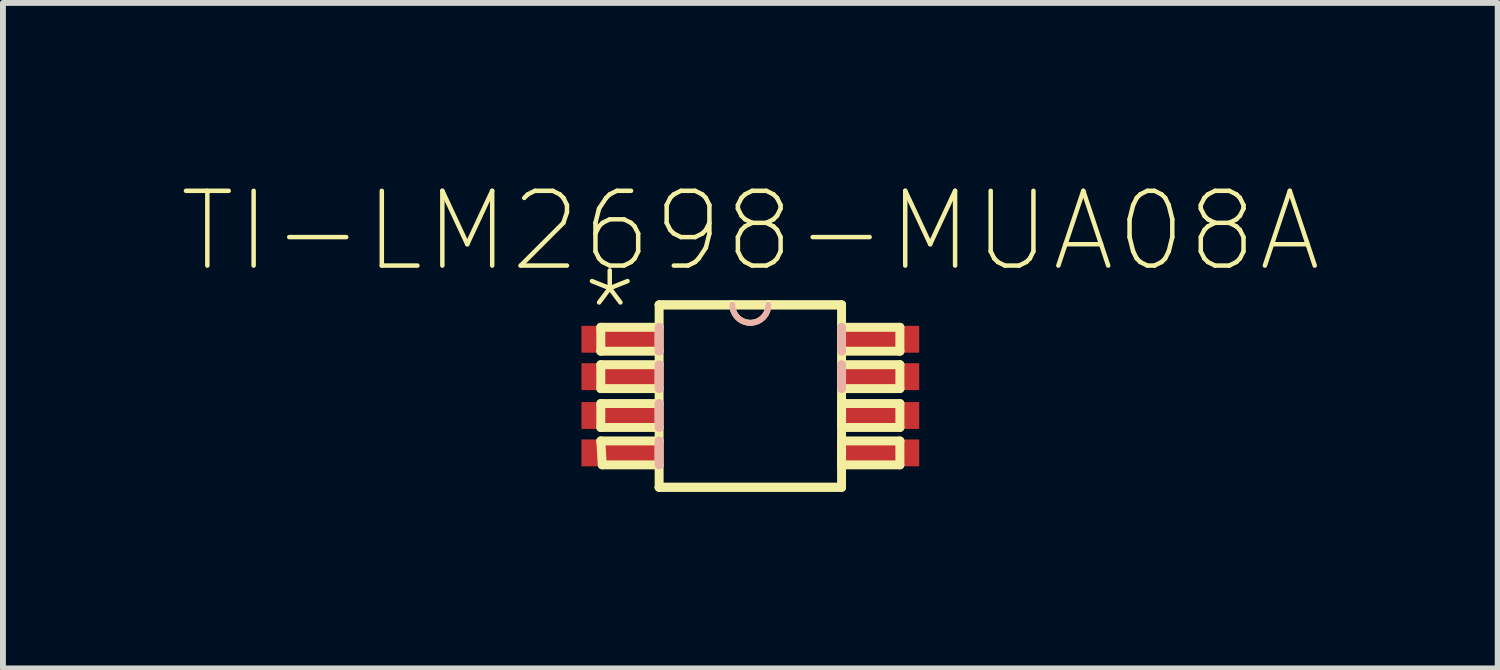
<source format=kicad_pcb>
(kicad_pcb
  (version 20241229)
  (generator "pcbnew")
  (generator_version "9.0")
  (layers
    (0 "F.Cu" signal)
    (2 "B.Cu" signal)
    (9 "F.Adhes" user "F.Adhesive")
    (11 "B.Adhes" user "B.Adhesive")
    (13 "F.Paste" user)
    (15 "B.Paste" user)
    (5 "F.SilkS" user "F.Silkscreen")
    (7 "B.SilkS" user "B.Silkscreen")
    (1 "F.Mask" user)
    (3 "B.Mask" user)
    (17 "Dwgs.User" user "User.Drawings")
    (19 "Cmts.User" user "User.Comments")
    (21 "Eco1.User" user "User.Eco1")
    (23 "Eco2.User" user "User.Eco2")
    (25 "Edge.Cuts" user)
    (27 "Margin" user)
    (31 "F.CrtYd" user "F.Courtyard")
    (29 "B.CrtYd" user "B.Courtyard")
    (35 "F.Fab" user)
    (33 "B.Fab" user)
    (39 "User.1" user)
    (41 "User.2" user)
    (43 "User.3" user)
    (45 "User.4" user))
  (footprint "TI-LM2698-MUA08A"
    (layer "F.Cu")
    (at 9.694 3.677)
    (property "Reference" "TI-LM2698-MUA08A" (at 0 -2.8 0) (layer "F.SilkS") (effects (font (size 1.27 1.27) (thickness 0.076))))
    (attr smd)
    (fp_line (start -2.54 -1.168) (end -2.54 -0.762) (stroke (width 0.152) (type solid)) (layer "F.SilkS"))
    (fp_line (start -2.54 -0.762) (end -1.549 -0.762) (stroke (width 0.152) (type solid)) (layer "F.SilkS"))
    (fp_line (start -2.54 -0.533) (end -2.54 -0.127) (stroke (width 0.152) (type solid)) (layer "F.SilkS"))
    (fp_line (start -2.54 -0.127) (end -1.549 -0.127) (stroke (width 0.152) (type solid)) (layer "F.SilkS"))
    (fp_line (start -2.54 0.127) (end -2.54 0.533) (stroke (width 0.152) (type solid)) (layer "F.SilkS"))
    (fp_line (start -2.54 0.533) (end -1.549 0.533) (stroke (width 0.152) (type solid)) (layer "F.SilkS"))
    (fp_line (start -2.54 0.762) (end -2.515 1.168) (stroke (width 0.152) (type solid)) (layer "F.SilkS"))
    (fp_line (start -2.515 1.168) (end -1.549 1.168) (stroke (width 0.152) (type solid)) (layer "F.SilkS"))
    (fp_line (start -1.549 -1.549) (end -1.549 1.549) (stroke (width 0.152) (type solid)) (layer "F.SilkS"))
    (fp_line (start -1.549 -1.168) (end -2.54 -1.168) (stroke (width 0.152) (type solid)) (layer "F.SilkS"))
    (fp_line (start -1.549 -0.533) (end -2.54 -0.533) (stroke (width 0.152) (type solid)) (layer "F.SilkS"))
    (fp_line (start -1.549 0.127) (end -2.54 0.127) (stroke (width 0.152) (type solid)) (layer "F.SilkS"))
    (fp_line (start -1.549 0.762) (end -2.54 0.762) (stroke (width 0.152) (type solid)) (layer "F.SilkS"))
    (fp_line (start -1.549 1.549) (end 1.549 1.549) (stroke (width 0.152) (type solid)) (layer "F.SilkS"))
    (fp_line (start -1.549 1.549) (end 1.549 1.549) (stroke (width 0.152) (type solid)) (layer "F.SilkS"))
    (fp_line (start -0.305 -1.549) (end -1.549 -1.549) (stroke (width 0.152) (type solid)) (layer "F.SilkS"))
    (fp_line (start -0.305 -1.549) (end -1.549 -1.549) (stroke (width 0.152) (type solid)) (layer "F.SilkS"))
    (fp_line (start 0.305 -1.549) (end -0.305 -1.549) (stroke (width 0.152) (type solid)) (layer "F.SilkS"))
    (fp_line (start 0.305 -1.549) (end -0.305 -1.549) (stroke (width 0.152) (type solid)) (layer "F.SilkS"))
    (fp_line (start 1.549 -1.549) (end 0.305 -1.549) (stroke (width 0.152) (type solid)) (layer "F.SilkS"))
    (fp_line (start 1.549 -1.549) (end 0.305 -1.549) (stroke (width 0.152) (type solid)) (layer "F.SilkS"))
    (fp_line (start 1.549 -0.762) (end 2.54 -0.762) (stroke (width 0.152) (type solid)) (layer "F.SilkS"))
    (fp_line (start 1.549 -0.127) (end 2.54 -0.127) (stroke (width 0.152) (type solid)) (layer "F.SilkS"))
    (fp_line (start 1.549 0.127) (end 1.549 0.533) (stroke (width 0.152) (type solid)) (layer "F.SilkS"))
    (fp_line (start 1.549 0.533) (end 2.54 0.533) (stroke (width 0.152) (type solid)) (layer "F.SilkS"))
    (fp_line (start 1.549 0.762) (end 1.549 1.168) (stroke (width 0.152) (type solid)) (layer "F.SilkS"))
    (fp_line (start 1.549 1.168) (end 2.54 1.168) (stroke (width 0.152) (type solid)) (layer "F.SilkS"))
    (fp_line (start 1.549 1.549) (end 1.549 -1.549) (stroke (width 0.152) (type solid)) (layer "F.SilkS"))
    (fp_line (start 2.54 -1.168) (end 1.549 -1.168) (stroke (width 0.152) (type solid)) (layer "F.SilkS"))
    (fp_line (start 2.54 -0.762) (end 2.54 -1.168) (stroke (width 0.152) (type solid)) (layer "F.SilkS"))
    (fp_line (start 2.54 -0.533) (end 1.549 -0.533) (stroke (width 0.152) (type solid)) (layer "F.SilkS"))
    (fp_line (start 2.54 -0.127) (end 2.54 -0.533) (stroke (width 0.152) (type solid)) (layer "F.SilkS"))
    (fp_line (start 2.54 0.127) (end 1.549 0.127) (stroke (width 0.152) (type solid)) (layer "F.SilkS"))
    (fp_line (start 2.54 0.533) (end 2.54 0.127) (stroke (width 0.152) (type solid)) (layer "F.SilkS"))
    (fp_line (start 2.54 0.762) (end 1.549 0.762) (stroke (width 0.152) (type solid)) (layer "F.SilkS"))
    (fp_line (start 2.54 1.168) (end 2.54 0.762) (stroke (width 0.152) (type solid)) (layer "F.SilkS"))
    (fp_arc (start 0.3048 -1.5494) (mid 0 -1.2446) (end -0.3048 -1.5494) (stroke (width 0.1) (type solid)) (layer "F.SilkS"))
    (fp_line (start -1.549 -0.762) (end -1.549 -1.168) (stroke (width 0.152) (type solid)) (layer "B.SilkS"))
    (fp_line (start -1.549 -0.127) (end -1.549 -0.533) (stroke (width 0.152) (type solid)) (layer "B.SilkS"))
    (fp_line (start -1.549 0.533) (end -1.549 0.127) (stroke (width 0.152) (type solid)) (layer "B.SilkS"))
    (fp_line (start -1.549 1.168) (end -1.549 0.762) (stroke (width 0.152) (type solid)) (layer "B.SilkS"))
    (fp_line (start 1.549 -1.168) (end 1.549 -0.762) (stroke (width 0.152) (type solid)) (layer "B.SilkS"))
    (fp_line (start 1.549 -0.533) (end 1.549 -0.127) (stroke (width 0.152) (type solid)) (layer "B.SilkS"))
    (fp_arc (start 0.3048 -1.5494) (mid 0 -1.2446) (end -0.3048 -1.5494) (stroke (width 0.1) (type solid)) (layer "B.SilkS"))
    (fp_text user "*" (at -2.388 -1.448 0) (layer "F.SilkS") (effects (font (size 1.27 1.27) (thickness 0.076))))
    (pad "1" smd rect (at -2.182 -0.965) (size 1.372 0.457) (layers "F.Cu" "F.Mask" "F.Paste"))
    (pad "2" smd rect (at -2.182 -0.33) (size 1.372 0.457) (layers "F.Cu" "F.Mask" "F.Paste"))
    (pad "3" smd rect (at -2.182 0.33) (size 1.372 0.457) (layers "F.Cu" "F.Mask" "F.Paste"))
    (pad "4" smd rect (at -2.182 0.965) (size 1.372 0.457) (layers "F.Cu" "F.Mask" "F.Paste"))
    (pad "5" smd rect (at 2.182 0.965) (size 1.372 0.457) (layers "F.Cu" "F.Mask" "F.Paste"))
    (pad "6" smd rect (at 2.182 0.33) (size 1.372 0.457) (layers "F.Cu" "F.Mask" "F.Paste"))
    (pad "7" smd rect (at 2.182 -0.33) (size 1.372 0.457) (layers "F.Cu" "F.Mask" "F.Paste"))
    (pad "8" smd rect (at 2.182 -0.965) (size 1.372 0.457) (layers "F.Cu" "F.Mask" "F.Paste")))
  (gr_rect
    (start -3 -3)
    (end 22.387 8.302)
    (stroke (width 0.1) (type default))
    (fill no)
    (layer "Edge.Cuts")))
</source>
